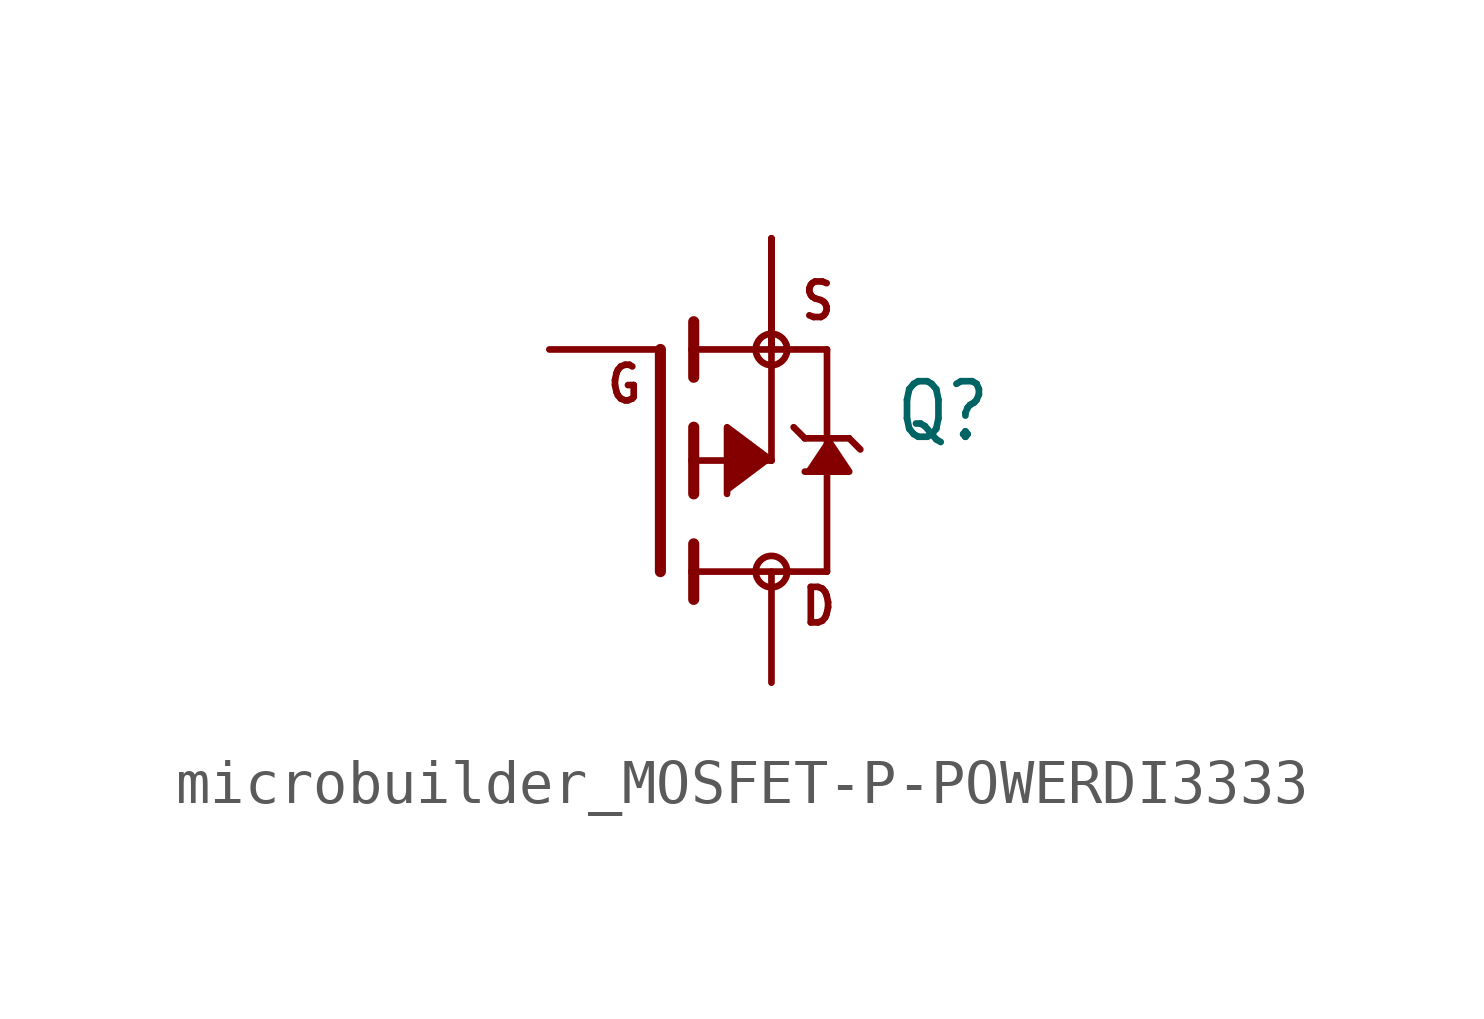
<source format=kicad_sym>
(kicad_symbol_lib
  (version 20231120)
  (generator "kicad_symbol_editor")
  (generator_version "8.0")
  (symbol "microbuilder_MOSFET-P-POWERDI3333"
    (property "Reference" "Q"
      (at 2.794 0.381 0)
      (effects (font (size 1.27 1.079)) (justify left bottom)))
    (property "Value" ""
      (at 2.794 -1.905 0)
      (effects (font (size 1.27 1.079)) (justify left bottom)))
    (property "ki_locked" ""
      (at 0 0 0)
      (effects (font (size 1.27 1.27))))
    (symbol "microbuilder_MOSFET-P-POWERDI3333_1_0"
      (circle (center 0 -2.54) (radius 0.359) (stroke (width 0) (type solid)) (fill (type none)))
      (polyline (pts (xy -2.54 -2.54) (xy -2.54 2.54)) (stroke (width 0.254) (type solid)) (fill (type none)))
      (polyline (pts (xy -1.778 -3.175) (xy -1.778 -2.54)) (stroke (width 0.254) (type solid)) (fill (type none)))
      (polyline (pts (xy -1.778 -2.54) (xy -1.778 -1.905)) (stroke (width 0.254) (type solid)) (fill (type none)))
      (polyline (pts (xy -1.778 -2.54) (xy 1.27 -2.54)) (stroke (width 0.152) (type solid)) (fill (type none)))
      (polyline (pts (xy -1.778 -0.762) (xy -1.778 0)) (stroke (width 0.254) (type solid)) (fill (type none)))
      (polyline (pts (xy -1.778 0) (xy -1.778 0.762)) (stroke (width 0.254) (type solid)) (fill (type none)))
      (polyline (pts (xy -1.778 0) (xy 0 0)) (stroke (width 0.152) (type solid)) (fill (type none)))
      (polyline (pts (xy -1.778 1.905) (xy -1.778 2.54)) (stroke (width 0.254) (type solid)) (fill (type none)))
      (polyline (pts (xy -1.778 2.54) (xy -1.778 3.175)) (stroke (width 0.254) (type solid)) (fill (type none)))
      (polyline (pts (xy 0 0) (xy 0 2.54)) (stroke (width 0.152) (type solid)) (fill (type none)))
      (polyline (pts (xy 0 2.54) (xy -1.778 2.54)) (stroke (width 0.152) (type solid)) (fill (type none)))
      (polyline (pts (xy 0 2.54) (xy 1.27 2.54)) (stroke (width 0.152) (type solid)) (fill (type none)))
      (polyline (pts (xy 0.508 0.762) (xy 0.762 0.508)) (stroke (width 0.152) (type solid)) (fill (type none)))
      (polyline (pts (xy 0.762 0.508) (xy 1.27 0.508)) (stroke (width 0.152) (type solid)) (fill (type none)))
      (polyline (pts (xy 1.27 -2.54) (xy 1.27 0.508)) (stroke (width 0.152) (type solid)) (fill (type none)))
      (polyline (pts (xy 1.27 0.508) (xy 1.27 2.54)) (stroke (width 0.152) (type solid)) (fill (type none)))
      (polyline (pts (xy 1.27 0.508) (xy 1.778 0.508)) (stroke (width 0.152) (type solid)) (fill (type none)))
      (polyline (pts (xy 1.778 0.508) (xy 2.032 0.254)) (stroke (width 0.152) (type solid)) (fill (type none)))
      (polyline (pts (xy 0 0) (xy -1.016 0.762) (xy -1.016 -0.762)) (stroke (width 0.152) (type solid)) (fill (type outline)))
      (polyline (pts (xy 1.27 0.508) (xy 1.778 -0.254) (xy 0.762 -0.254)) (stroke (width 0.152) (type solid)) (fill (type outline)))
      (circle (center 0 2.54) (radius 0.359) (stroke (width 0) (type solid)) (fill (type none)))
      (text "D" (at 0.635 -3.81 0) (effects (font (size 0.813 0.691)) (justify left bottom)))
      (text "G" (at -3.81 1.27 0) (effects (font (size 0.813 0.691)) (justify left bottom)))
      (text "S" (at 0.635 3.175 0) (effects (font (size 0.813 0.691)) (justify left bottom)))
      (pin passive line (at 0 5.08 270) (length 2.54) (name "S" (effects (font (size 0 0)))) (number "1" (effects (font (size 0 0)))))
      (pin passive line (at 0 5.08 270) (length 2.54) (name "S" (effects (font (size 0 0)))) (number "2" (effects (font (size 0 0)))))
      (pin passive line (at 0 5.08 270) (length 2.54) (name "S" (effects (font (size 0 0)))) (number "3" (effects (font (size 0 0)))))
      (pin passive line (at -5.08 2.54 0) (length 2.54) (name "G" (effects (font (size 0 0)))) (number "4" (effects (font (size 0 0)))))
      (pin passive line (at 0 -5.08 90) (length 2.54) (name "D" (effects (font (size 0 0)))) (number "5678" (effects (font (size 0 0))))))))
</source>
